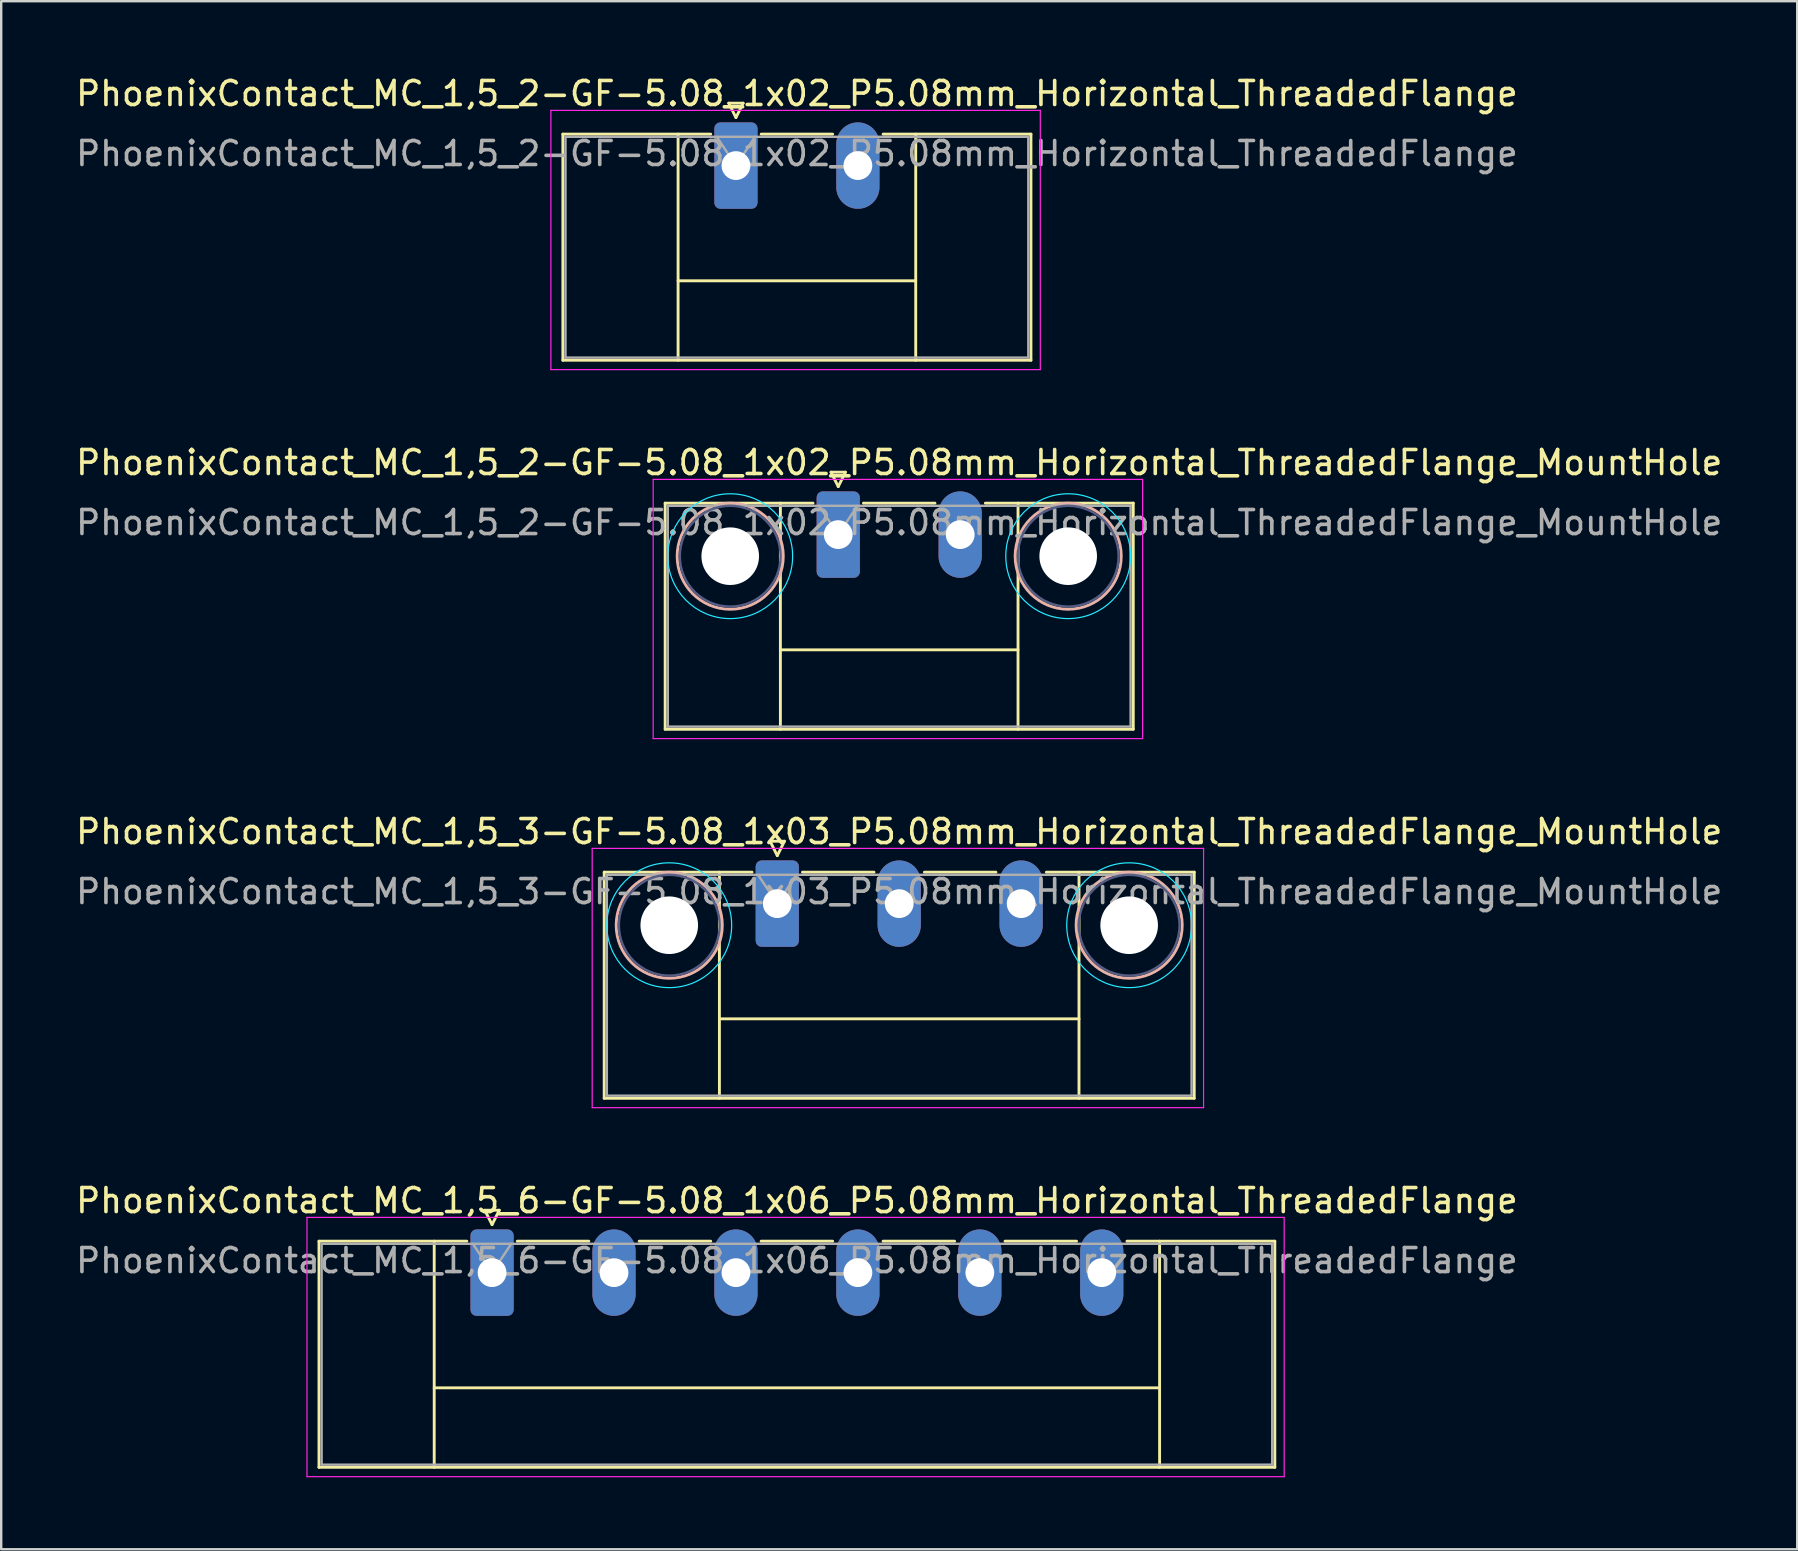
<source format=kicad_pcb>
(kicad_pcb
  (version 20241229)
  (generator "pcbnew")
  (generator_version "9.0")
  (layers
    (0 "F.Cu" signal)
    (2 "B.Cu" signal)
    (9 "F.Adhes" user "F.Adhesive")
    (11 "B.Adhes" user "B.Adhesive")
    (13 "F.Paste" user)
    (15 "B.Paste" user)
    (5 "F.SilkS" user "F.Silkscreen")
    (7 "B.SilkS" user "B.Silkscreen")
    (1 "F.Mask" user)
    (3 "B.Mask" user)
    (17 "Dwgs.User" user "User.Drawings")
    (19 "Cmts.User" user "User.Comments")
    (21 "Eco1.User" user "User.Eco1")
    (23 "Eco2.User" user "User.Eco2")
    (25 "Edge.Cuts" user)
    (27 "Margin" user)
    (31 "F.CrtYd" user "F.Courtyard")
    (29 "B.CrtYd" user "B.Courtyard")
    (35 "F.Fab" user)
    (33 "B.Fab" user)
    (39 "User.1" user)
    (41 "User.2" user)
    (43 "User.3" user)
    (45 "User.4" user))
  (footprint "PhoenixContact_MC_1,5_2-GF-5.08_1x02_P5.08mm_Horizontal_ThreadedFlange"
    (layer "F.Cu")
    (at 27.609 3.848)
    (property "Reference" "PhoenixContact_MC_1,5_2-GF-5.08_1x02_P5.08mm_Horizontal_ThreadedFlange" (at 2.54 -3 0) (layer "F.SilkS") (effects (font (size 1 1) (thickness 0.15))))
    (attr through_hole)
    (fp_line (start -7.21 -1.31) (end -7.21 8.11) (stroke (width 0.12) (type solid)) (layer "F.SilkS"))
    (fp_line (start -7.21 -1.31) (end -1.05 -1.31) (stroke (width 0.12) (type solid)) (layer "F.SilkS"))
    (fp_line (start -7.21 8.11) (end 12.29 8.11) (stroke (width 0.12) (type solid)) (layer "F.SilkS"))
    (fp_line (start -2.41 -1.31) (end -2.41 8.11) (stroke (width 0.12) (type solid)) (layer "F.SilkS"))
    (fp_line (start -2.41 4.8) (end 7.49 4.8) (stroke (width 0.12) (type solid)) (layer "F.SilkS"))
    (fp_line (start -0.3 -2.6) (end 0.3 -2.6) (stroke (width 0.12) (type solid)) (layer "F.SilkS"))
    (fp_line (start 0 -2) (end -0.3 -2.6) (stroke (width 0.12) (type solid)) (layer "F.SilkS"))
    (fp_line (start 0.3 -2.6) (end 0 -2) (stroke (width 0.12) (type solid)) (layer "F.SilkS"))
    (fp_line (start 1.05 -1.31) (end 4.03 -1.31) (stroke (width 0.12) (type solid)) (layer "F.SilkS"))
    (fp_line (start 7.49 -1.31) (end 7.49 8.11) (stroke (width 0.12) (type solid)) (layer "F.SilkS"))
    (fp_line (start 12.29 -1.31) (end 6.13 -1.31) (stroke (width 0.12) (type solid)) (layer "F.SilkS"))
    (fp_line (start 12.29 8.11) (end 12.29 -1.31) (stroke (width 0.12) (type solid)) (layer "F.SilkS"))
    (fp_line (start -7.71 -2.3) (end -7.71 8.5) (stroke (width 0.05) (type solid)) (layer "F.CrtYd"))
    (fp_line (start -7.71 8.5) (end 12.68 8.5) (stroke (width 0.05) (type solid)) (layer "F.CrtYd"))
    (fp_line (start 12.68 -2.3) (end -7.71 -2.3) (stroke (width 0.05) (type solid)) (layer "F.CrtYd"))
    (fp_line (start 12.68 8.5) (end 12.68 -2.3) (stroke (width 0.05) (type solid)) (layer "F.CrtYd"))
    (fp_line (start -7.1 -1.2) (end -7.1 8) (stroke (width 0.1) (type solid)) (layer "F.Fab"))
    (fp_line (start -7.1 8) (end 12.18 8) (stroke (width 0.1) (type solid)) (layer "F.Fab"))
    (fp_line (start 0 0) (end -0.8 -1.2) (stroke (width 0.1) (type solid)) (layer "F.Fab"))
    (fp_line (start 0.8 -1.2) (end 0 0) (stroke (width 0.1) (type solid)) (layer "F.Fab"))
    (fp_line (start 12.18 -1.2) (end -7.1 -1.2) (stroke (width 0.1) (type solid)) (layer "F.Fab"))
    (fp_line (start 12.18 8) (end 12.18 -1.2) (stroke (width 0.1) (type solid)) (layer "F.Fab"))
    (fp_text user "${REFERENCE}" (at 2.54 -0.5 0) (layer "F.Fab") (effects (font (size 1 1) (thickness 0.15))))
    (pad "1" thru_hole roundrect (at 0 0) (size 1.8 3.6) (drill 1.2) (layers "*.Cu" "*.Mask") (roundrect_rratio 0.139))
    (pad "2" thru_hole oval (at 5.08 0) (size 1.8 3.6) (drill 1.2) (layers "*.Cu" "*.Mask")))
  (footprint "PhoenixContact_MC_1,5_2-GF-5.08_1x02_P5.08mm_Horizontal_ThreadedFlange_MountHole"
    (layer "F.Cu")
    (at 31.871 19.221)
    (property "Reference" "PhoenixContact_MC_1,5_2-GF-5.08_1x02_P5.08mm_Horizontal_ThreadedFlange_MountHole" (at 2.54 -3 0) (layer "F.SilkS") (effects (font (size 1 1) (thickness 0.15))))
    (attr through_hole)
    (fp_line (start -7.21 -1.31) (end -7.21 8.11) (stroke (width 0.12) (type solid)) (layer "F.SilkS"))
    (fp_line (start -7.21 -1.31) (end -1.05 -1.31) (stroke (width 0.12) (type solid)) (layer "F.SilkS"))
    (fp_line (start -7.21 8.11) (end 12.29 8.11) (stroke (width 0.12) (type solid)) (layer "F.SilkS"))
    (fp_line (start -2.41 -1.31) (end -2.41 8.11) (stroke (width 0.12) (type solid)) (layer "F.SilkS"))
    (fp_line (start -2.41 4.8) (end 7.49 4.8) (stroke (width 0.12) (type solid)) (layer "F.SilkS"))
    (fp_line (start -0.3 -2.6) (end 0.3 -2.6) (stroke (width 0.12) (type solid)) (layer "F.SilkS"))
    (fp_line (start 0 -2) (end -0.3 -2.6) (stroke (width 0.12) (type solid)) (layer "F.SilkS"))
    (fp_line (start 0.3 -2.6) (end 0 -2) (stroke (width 0.12) (type solid)) (layer "F.SilkS"))
    (fp_line (start 1.05 -1.31) (end 4.03 -1.31) (stroke (width 0.12) (type solid)) (layer "F.SilkS"))
    (fp_line (start 7.49 -1.31) (end 7.49 8.11) (stroke (width 0.12) (type solid)) (layer "F.SilkS"))
    (fp_line (start 12.29 -1.31) (end 6.13 -1.31) (stroke (width 0.12) (type solid)) (layer "F.SilkS"))
    (fp_line (start 12.29 8.11) (end 12.29 -1.31) (stroke (width 0.12) (type solid)) (layer "F.SilkS"))
    (fp_circle (center -4.5 0.9) (end -2.29 0.9) (stroke (width 0.12) (type solid)) (fill no) (layer "B.SilkS"))
    (fp_circle (center 9.58 0.9) (end 11.79 0.9) (stroke (width 0.12) (type solid)) (fill no) (layer "B.SilkS"))
    (fp_circle (center -4.5 0.9) (end -1.9 0.9) (stroke (width 0.05) (type solid)) (fill no) (layer "B.CrtYd"))
    (fp_circle (center 9.58 0.9) (end 12.18 0.9) (stroke (width 0.05) (type solid)) (fill no) (layer "B.CrtYd"))
    (fp_line (start -7.71 -2.3) (end -7.71 8.5) (stroke (width 0.05) (type solid)) (layer "F.CrtYd"))
    (fp_line (start -7.71 8.5) (end 12.68 8.5) (stroke (width 0.05) (type solid)) (layer "F.CrtYd"))
    (fp_line (start 12.68 -2.3) (end -7.71 -2.3) (stroke (width 0.05) (type solid)) (layer "F.CrtYd"))
    (fp_line (start 12.68 8.5) (end 12.68 -2.3) (stroke (width 0.05) (type solid)) (layer "F.CrtYd"))
    (fp_circle (center -4.5 0.9) (end -2.4 0.9) (stroke (width 0.1) (type solid)) (fill no) (layer "B.Fab"))
    (fp_circle (center 9.58 0.9) (end 11.68 0.9) (stroke (width 0.1) (type solid)) (fill no) (layer "B.Fab"))
    (fp_line (start -7.1 -1.2) (end -7.1 8) (stroke (width 0.1) (type solid)) (layer "F.Fab"))
    (fp_line (start -7.1 8) (end 12.18 8) (stroke (width 0.1) (type solid)) (layer "F.Fab"))
    (fp_line (start 0 0) (end -0.8 -1.2) (stroke (width 0.1) (type solid)) (layer "F.Fab"))
    (fp_line (start 0.8 -1.2) (end 0 0) (stroke (width 0.1) (type solid)) (layer "F.Fab"))
    (fp_line (start 12.18 -1.2) (end -7.1 -1.2) (stroke (width 0.1) (type solid)) (layer "F.Fab"))
    (fp_line (start 12.18 8) (end 12.18 -1.2) (stroke (width 0.1) (type solid)) (layer "F.Fab"))
    (fp_text user "${REFERENCE}" (at 2.54 -0.5 0) (layer "F.Fab") (effects (font (size 1 1) (thickness 0.15))))
    (pad "" np_thru_hole circle (at -4.5 0.9) (size 2.4 2.4) (drill 2.4) (layers "*.Cu" "*.Mask"))
    (pad "" np_thru_hole circle (at 9.58 0.9) (size 2.4 2.4) (drill 2.4) (layers "*.Cu" "*.Mask"))
    (pad "1" thru_hole roundrect (at 0 0) (size 1.8 3.6) (drill 1.2) (layers "*.Cu" "*.Mask") (roundrect_rratio 0.139))
    (pad "2" thru_hole oval (at 5.08 0) (size 1.8 3.6) (drill 1.2) (layers "*.Cu" "*.Mask")))
  (footprint "PhoenixContact_MC_1,5_6-GF-5.08_1x06_P5.08mm_Horizontal_ThreadedFlange"
    (layer "F.Cu")
    (at 17.449 49.968)
    (property "Reference" "PhoenixContact_MC_1,5_6-GF-5.08_1x06_P5.08mm_Horizontal_ThreadedFlange" (at 12.7 -3 0) (layer "F.SilkS") (effects (font (size 1 1) (thickness 0.15))))
    (attr through_hole)
    (fp_line (start -7.21 -1.31) (end -7.21 8.11) (stroke (width 0.12) (type solid)) (layer "F.SilkS"))
    (fp_line (start -7.21 -1.31) (end -1.05 -1.31) (stroke (width 0.12) (type solid)) (layer "F.SilkS"))
    (fp_line (start -7.21 8.11) (end 32.61 8.11) (stroke (width 0.12) (type solid)) (layer "F.SilkS"))
    (fp_line (start -2.41 -1.31) (end -2.41 8.11) (stroke (width 0.12) (type solid)) (layer "F.SilkS"))
    (fp_line (start -2.41 4.8) (end 27.81 4.8) (stroke (width 0.12) (type solid)) (layer "F.SilkS"))
    (fp_line (start -0.3 -2.6) (end 0.3 -2.6) (stroke (width 0.12) (type solid)) (layer "F.SilkS"))
    (fp_line (start 0 -2) (end -0.3 -2.6) (stroke (width 0.12) (type solid)) (layer "F.SilkS"))
    (fp_line (start 0.3 -2.6) (end 0 -2) (stroke (width 0.12) (type solid)) (layer "F.SilkS"))
    (fp_line (start 1.05 -1.31) (end 4.03 -1.31) (stroke (width 0.12) (type solid)) (layer "F.SilkS"))
    (fp_line (start 6.13 -1.31) (end 9.11 -1.31) (stroke (width 0.12) (type solid)) (layer "F.SilkS"))
    (fp_line (start 11.21 -1.31) (end 14.19 -1.31) (stroke (width 0.12) (type solid)) (layer "F.SilkS"))
    (fp_line (start 16.29 -1.31) (end 19.27 -1.31) (stroke (width 0.12) (type solid)) (layer "F.SilkS"))
    (fp_line (start 21.37 -1.31) (end 24.35 -1.31) (stroke (width 0.12) (type solid)) (layer "F.SilkS"))
    (fp_line (start 27.81 -1.31) (end 27.81 8.11) (stroke (width 0.12) (type solid)) (layer "F.SilkS"))
    (fp_line (start 32.61 -1.31) (end 26.45 -1.31) (stroke (width 0.12) (type solid)) (layer "F.SilkS"))
    (fp_line (start 32.61 8.11) (end 32.61 -1.31) (stroke (width 0.12) (type solid)) (layer "F.SilkS"))
    (fp_line (start -7.71 -2.3) (end -7.71 8.5) (stroke (width 0.05) (type solid)) (layer "F.CrtYd"))
    (fp_line (start -7.71 8.5) (end 33 8.5) (stroke (width 0.05) (type solid)) (layer "F.CrtYd"))
    (fp_line (start 33 -2.3) (end -7.71 -2.3) (stroke (width 0.05) (type solid)) (layer "F.CrtYd"))
    (fp_line (start 33 8.5) (end 33 -2.3) (stroke (width 0.05) (type solid)) (layer "F.CrtYd"))
    (fp_line (start -7.1 -1.2) (end -7.1 8) (stroke (width 0.1) (type solid)) (layer "F.Fab"))
    (fp_line (start -7.1 8) (end 32.5 8) (stroke (width 0.1) (type solid)) (layer "F.Fab"))
    (fp_line (start 0 0) (end -0.8 -1.2) (stroke (width 0.1) (type solid)) (layer "F.Fab"))
    (fp_line (start 0.8 -1.2) (end 0 0) (stroke (width 0.1) (type solid)) (layer "F.Fab"))
    (fp_line (start 32.5 -1.2) (end -7.1 -1.2) (stroke (width 0.1) (type solid)) (layer "F.Fab"))
    (fp_line (start 32.5 8) (end 32.5 -1.2) (stroke (width 0.1) (type solid)) (layer "F.Fab"))
    (fp_text user "${REFERENCE}" (at 12.7 -0.5 0) (layer "F.Fab") (effects (font (size 1 1) (thickness 0.15))))
    (pad "1" thru_hole roundrect (at 0 0) (size 1.8 3.6) (drill 1.2) (layers "*.Cu" "*.Mask") (roundrect_rratio 0.139))
    (pad "2" thru_hole oval (at 5.08 0) (size 1.8 3.6) (drill 1.2) (layers "*.Cu" "*.Mask"))
    (pad "3" thru_hole oval (at 10.16 0) (size 1.8 3.6) (drill 1.2) (layers "*.Cu" "*.Mask"))
    (pad "4" thru_hole oval (at 15.24 0) (size 1.8 3.6) (drill 1.2) (layers "*.Cu" "*.Mask"))
    (pad "5" thru_hole oval (at 20.32 0) (size 1.8 3.6) (drill 1.2) (layers "*.Cu" "*.Mask"))
    (pad "6" thru_hole oval (at 25.4 0) (size 1.8 3.6) (drill 1.2) (layers "*.Cu" "*.Mask")))
  (footprint "PhoenixContact_MC_1,5_3-GF-5.08_1x03_P5.08mm_Horizontal_ThreadedFlange_MountHole"
    (layer "F.Cu")
    (at 29.331 34.595)
    (property "Reference" "PhoenixContact_MC_1,5_3-GF-5.08_1x03_P5.08mm_Horizontal_ThreadedFlange_MountHole" (at 5.08 -3 0) (layer "F.SilkS") (effects (font (size 1 1) (thickness 0.15))))
    (attr through_hole)
    (fp_line (start -7.21 -1.31) (end -7.21 8.11) (stroke (width 0.12) (type solid)) (layer "F.SilkS"))
    (fp_line (start -7.21 -1.31) (end -1.05 -1.31) (stroke (width 0.12) (type solid)) (layer "F.SilkS"))
    (fp_line (start -7.21 8.11) (end 17.37 8.11) (stroke (width 0.12) (type solid)) (layer "F.SilkS"))
    (fp_line (start -2.41 -1.31) (end -2.41 8.11) (stroke (width 0.12) (type solid)) (layer "F.SilkS"))
    (fp_line (start -2.41 4.8) (end 12.57 4.8) (stroke (width 0.12) (type solid)) (layer "F.SilkS"))
    (fp_line (start -0.3 -2.6) (end 0.3 -2.6) (stroke (width 0.12) (type solid)) (layer "F.SilkS"))
    (fp_line (start 0 -2) (end -0.3 -2.6) (stroke (width 0.12) (type solid)) (layer "F.SilkS"))
    (fp_line (start 0.3 -2.6) (end 0 -2) (stroke (width 0.12) (type solid)) (layer "F.SilkS"))
    (fp_line (start 1.05 -1.31) (end 4.03 -1.31) (stroke (width 0.12) (type solid)) (layer "F.SilkS"))
    (fp_line (start 6.13 -1.31) (end 9.11 -1.31) (stroke (width 0.12) (type solid)) (layer "F.SilkS"))
    (fp_line (start 12.57 -1.31) (end 12.57 8.11) (stroke (width 0.12) (type solid)) (layer "F.SilkS"))
    (fp_line (start 17.37 -1.31) (end 11.21 -1.31) (stroke (width 0.12) (type solid)) (layer "F.SilkS"))
    (fp_line (start 17.37 8.11) (end 17.37 -1.31) (stroke (width 0.12) (type solid)) (layer "F.SilkS"))
    (fp_circle (center -4.5 0.9) (end -2.29 0.9) (stroke (width 0.12) (type solid)) (fill no) (layer "B.SilkS"))
    (fp_circle (center 14.66 0.9) (end 16.87 0.9) (stroke (width 0.12) (type solid)) (fill no) (layer "B.SilkS"))
    (fp_circle (center -4.5 0.9) (end -1.9 0.9) (stroke (width 0.05) (type solid)) (fill no) (layer "B.CrtYd"))
    (fp_circle (center 14.66 0.9) (end 17.26 0.9) (stroke (width 0.05) (type solid)) (fill no) (layer "B.CrtYd"))
    (fp_line (start -7.71 -2.3) (end -7.71 8.5) (stroke (width 0.05) (type solid)) (layer "F.CrtYd"))
    (fp_line (start -7.71 8.5) (end 17.76 8.5) (stroke (width 0.05) (type solid)) (layer "F.CrtYd"))
    (fp_line (start 17.76 -2.3) (end -7.71 -2.3) (stroke (width 0.05) (type solid)) (layer "F.CrtYd"))
    (fp_line (start 17.76 8.5) (end 17.76 -2.3) (stroke (width 0.05) (type solid)) (layer "F.CrtYd"))
    (fp_circle (center -4.5 0.9) (end -2.4 0.9) (stroke (width 0.1) (type solid)) (fill no) (layer "B.Fab"))
    (fp_circle (center 14.66 0.9) (end 16.76 0.9) (stroke (width 0.1) (type solid)) (fill no) (layer "B.Fab"))
    (fp_line (start -7.1 -1.2) (end -7.1 8) (stroke (width 0.1) (type solid)) (layer "F.Fab"))
    (fp_line (start -7.1 8) (end 17.26 8) (stroke (width 0.1) (type solid)) (layer "F.Fab"))
    (fp_line (start 0 0) (end -0.8 -1.2) (stroke (width 0.1) (type solid)) (layer "F.Fab"))
    (fp_line (start 0.8 -1.2) (end 0 0) (stroke (width 0.1) (type solid)) (layer "F.Fab"))
    (fp_line (start 17.26 -1.2) (end -7.1 -1.2) (stroke (width 0.1) (type solid)) (layer "F.Fab"))
    (fp_line (start 17.26 8) (end 17.26 -1.2) (stroke (width 0.1) (type solid)) (layer "F.Fab"))
    (fp_text user "${REFERENCE}" (at 5.08 -0.5 0) (layer "F.Fab") (effects (font (size 1 1) (thickness 0.15))))
    (pad "" np_thru_hole circle (at -4.5 0.9) (size 2.4 2.4) (drill 2.4) (layers "*.Cu" "*.Mask"))
    (pad "" np_thru_hole circle (at 14.66 0.9) (size 2.4 2.4) (drill 2.4) (layers "*.Cu" "*.Mask"))
    (pad "1" thru_hole roundrect (at 0 0) (size 1.8 3.6) (drill 1.2) (layers "*.Cu" "*.Mask") (roundrect_rratio 0.139))
    (pad "2" thru_hole oval (at 5.08 0) (size 1.8 3.6) (drill 1.2) (layers "*.Cu" "*.Mask"))
    (pad "3" thru_hole oval (at 10.16 0) (size 1.8 3.6) (drill 1.2) (layers "*.Cu" "*.Mask")))
  (gr_rect
    (start -3 -3)
    (end 71.821 61.493)
    (stroke (width 0.1) (type default))
    (fill no)
    (layer "Edge.Cuts")))
</source>
